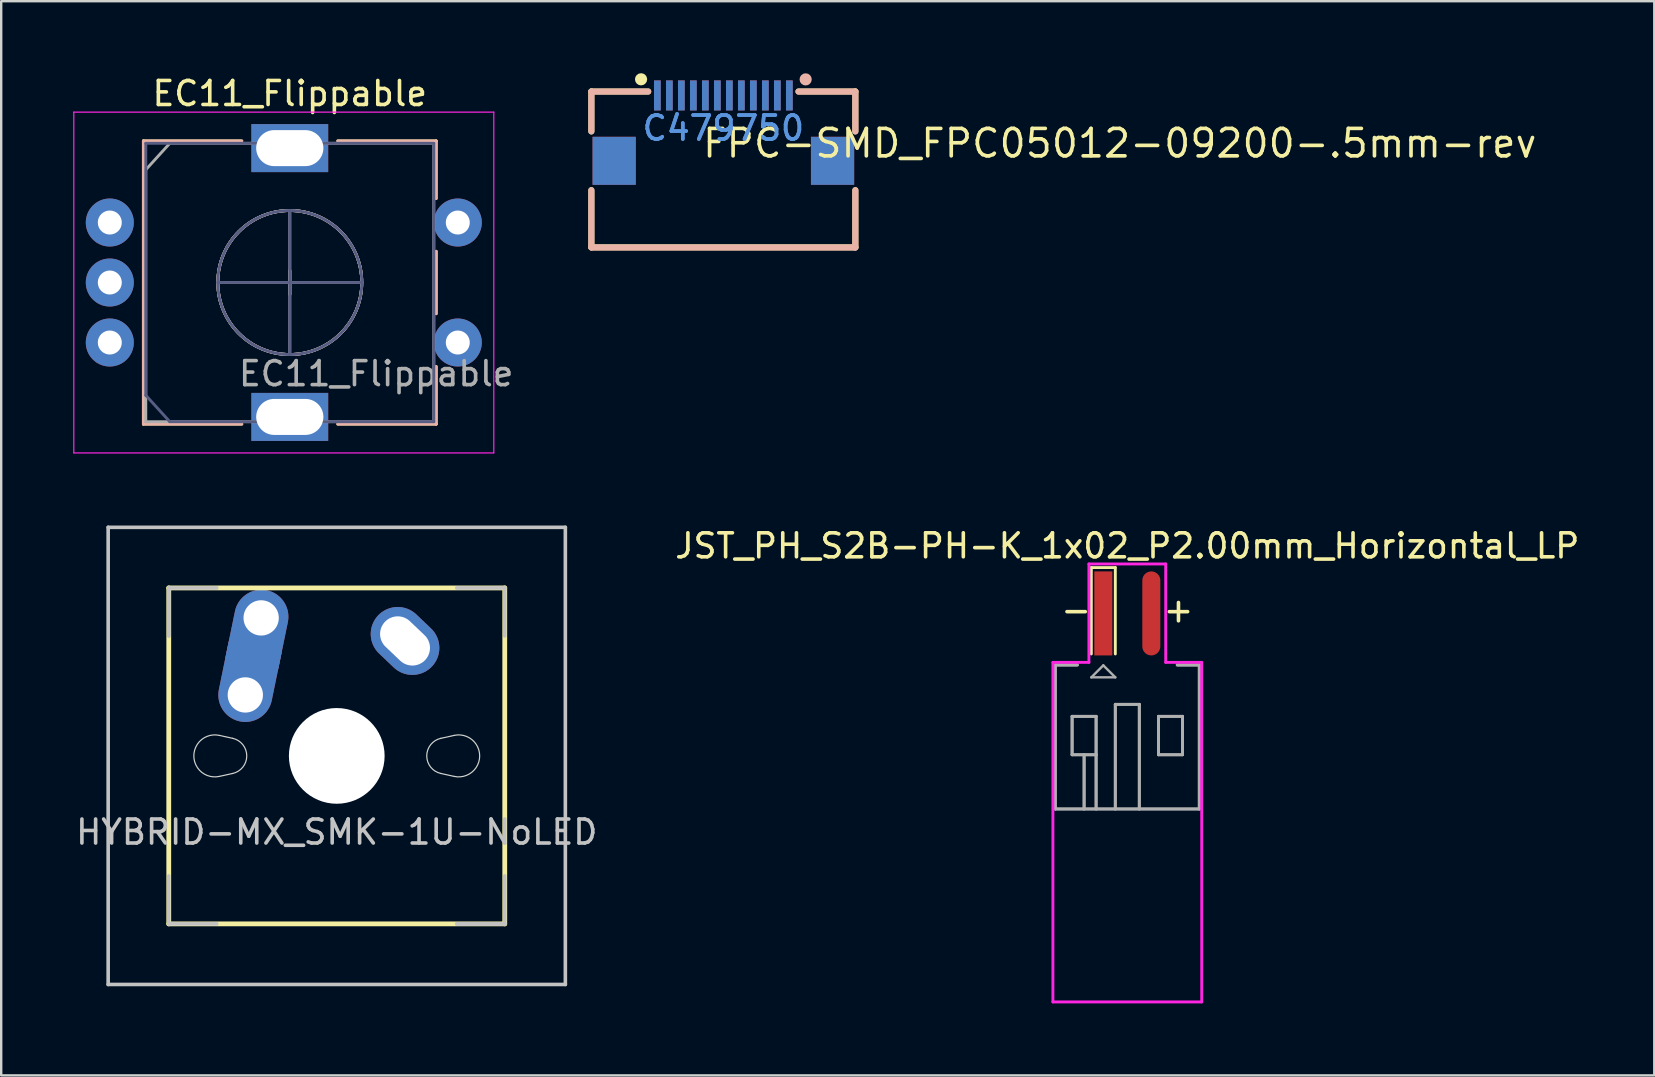
<source format=kicad_pcb>
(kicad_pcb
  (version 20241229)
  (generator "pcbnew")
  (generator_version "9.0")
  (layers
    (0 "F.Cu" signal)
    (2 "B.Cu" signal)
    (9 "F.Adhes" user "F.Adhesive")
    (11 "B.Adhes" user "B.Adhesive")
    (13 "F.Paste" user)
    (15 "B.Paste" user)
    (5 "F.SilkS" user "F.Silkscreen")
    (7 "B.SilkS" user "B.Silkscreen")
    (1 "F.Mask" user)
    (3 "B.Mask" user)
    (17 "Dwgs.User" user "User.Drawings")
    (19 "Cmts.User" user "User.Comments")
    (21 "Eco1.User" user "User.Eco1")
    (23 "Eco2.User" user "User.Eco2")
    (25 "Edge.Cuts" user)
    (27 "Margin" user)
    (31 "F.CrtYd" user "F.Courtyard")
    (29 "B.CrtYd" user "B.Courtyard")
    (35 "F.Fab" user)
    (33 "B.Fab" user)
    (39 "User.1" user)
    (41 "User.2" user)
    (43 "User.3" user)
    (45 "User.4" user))
  (footprint "HYBRID-MX_SMK-1U-NoLED"
    (layer "F.Cu")
    (at 10.982 28.447)
    (property "Reference" "HYBRID-MX_SMK-1U-NoLED" (at 0 3.175 0) (layer "Dwgs.User") (effects (font (size 1 1) (thickness 0.15))))
    (attr through_hole)
    (fp_line (start -7 -7) (end -7 7) (stroke (width 0.2) (type solid)) (layer "F.SilkS"))
    (fp_line (start -7 -7) (end 7 -7) (stroke (width 0.2) (type solid)) (layer "F.SilkS"))
    (fp_line (start -7 7) (end 7 7) (stroke (width 0.2) (type solid)) (layer "F.SilkS"))
    (fp_line (start 7 -7) (end 7 7) (stroke (width 0.2) (type solid)) (layer "F.SilkS"))
    (fp_line (start -9.525 -9.525) (end 9.525 -9.525) (stroke (width 0.15) (type solid)) (layer "Dwgs.User"))
    (fp_line (start -9.525 9.525) (end -9.525 -9.525) (stroke (width 0.15) (type solid)) (layer "Dwgs.User"))
    (fp_line (start -7 -7) (end -7 -5) (stroke (width 0.15) (type solid)) (layer "Dwgs.User"))
    (fp_line (start -7 -7) (end -7 -5) (stroke (width 0.15) (type solid)) (layer "Dwgs.User"))
    (fp_line (start -7 5) (end -7 7) (stroke (width 0.15) (type solid)) (layer "Dwgs.User"))
    (fp_line (start -7 7) (end -5 7) (stroke (width 0.15) (type solid)) (layer "Dwgs.User"))
    (fp_line (start -5 -7) (end -7 -7) (stroke (width 0.15) (type solid)) (layer "Dwgs.User"))
    (fp_line (start 5 -7) (end 7 -7) (stroke (width 0.15) (type solid)) (layer "Dwgs.User"))
    (fp_line (start 5 7) (end 7 7) (stroke (width 0.15) (type solid)) (layer "Dwgs.User"))
    (fp_line (start 5 7) (end 7 7) (stroke (width 0.15) (type solid)) (layer "Dwgs.User"))
    (fp_line (start 7 -7) (end 7 -5) (stroke (width 0.15) (type solid)) (layer "Dwgs.User"))
    (fp_line (start 7 7) (end 7 5) (stroke (width 0.15) (type solid)) (layer "Dwgs.User"))
    (fp_line (start 9.525 -9.525) (end 9.525 9.525) (stroke (width 0.15) (type solid)) (layer "Dwgs.User"))
    (fp_line (start 9.525 9.525) (end -9.525 9.525) (stroke (width 0.15) (type solid)) (layer "Dwgs.User"))
    (fp_line (start -4.891 -0.854) (end -4.338 -0.732) (stroke (width 0.05) (type solid)) (layer "Edge.Cuts"))
    (fp_line (start -4.891 0.854) (end -4.338 0.732) (stroke (width 0.05) (type solid)) (layer "Edge.Cuts"))
    (fp_line (start 4.891 -0.854) (end 4.338 -0.732) (stroke (width 0.05) (type solid)) (layer "Edge.Cuts"))
    (fp_line (start 4.891 0.854) (end 4.338 0.732) (stroke (width 0.05) (type solid)) (layer "Edge.Cuts"))
    (fp_arc (start -4.891423 0.854437) (mid -5.954999 0) (end -4.891422 -0.854437) (stroke (width 0.05) (type solid)) (layer "Edge.Cuts"))
    (fp_arc (start -4.338362 -0.732376) (mid -3.749999 0) (end -4.338362 0.732376) (stroke (width 0.05) (type solid)) (layer "Edge.Cuts"))
    (fp_arc (start 4.338362 0.732376) (mid 3.749999 0) (end 4.338362 -0.732376) (stroke (width 0.05) (type solid)) (layer "Edge.Cuts"))
    (fp_arc (start 4.891423 -0.854437) (mid 5.954999 0) (end 4.891422 0.854437) (stroke (width 0.05) (type solid)) (layer "Edge.Cuts"))
    (pad "" np_thru_hole circle (at 0 0) (size 3.988 3.988) (drill 3.988) (layers "*.Cu" "*.Mask"))
    (pad "1" thru_hole oval (at -3.81 -2.54 78.4) (size 4.212 2.25) (drill 1.47 (offset 0.981 0)) (layers "*.Cu" "B.Mask"))
    (pad "1" thru_hole oval (at -3.15 -5.75 258.4) (size 4.15 2.25) (drill 1.47 (offset 0.9 0)) (layers "*.Cu" "B.Mask"))
    (pad "2" thru_hole oval (at 2.845 -4.79 46.4) (size 2.25 3.092) (drill oval 1.47 2.312) (layers "*.Cu" "B.Mask")))
  (footprint "FPC-SMD_FPC05012-09200-.5mm-rev"
    (layer "F.Cu")
    (at 27.091 2.286)
    (property "Reference" "FPC-SMD_FPC05012-09200-.5mm-rev" (at -0.946 0.636 0) (layer "F.SilkS") (effects (font (size 1.143 1.143) (thickness 0.152)) (justify left)))
    (attr smd)
    (fp_line (start -5.5 -1.524) (end -3.131 -1.524) (stroke (width 0.254) (type solid)) (layer "F.SilkS"))
    (fp_line (start -5.5 0.137) (end -5.5 -1.524) (stroke (width 0.254) (type solid)) (layer "F.SilkS"))
    (fp_line (start -5.5 4.971) (end -5.5 2.588) (stroke (width 0.254) (type solid)) (layer "F.SilkS"))
    (fp_line (start 5.5 -1.524) (end 3.131 -1.524) (stroke (width 0.254) (type solid)) (layer "F.SilkS"))
    (fp_line (start 5.5 0.137) (end 5.5 -1.524) (stroke (width 0.254) (type solid)) (layer "F.SilkS"))
    (fp_line (start 5.5 4.971) (end -5.5 4.971) (stroke (width 0.254) (type solid)) (layer "F.SilkS"))
    (fp_line (start 5.5 4.971) (end 5.5 2.588) (stroke (width 0.254) (type solid)) (layer "F.SilkS"))
    (fp_circle (center -3.429 -2.032) (end -3.302 -2.032) (stroke (width 0.254) (type solid)) (fill no) (layer "F.SilkS"))
    (fp_line (start -5.5 -1.52) (end -3.131 -1.52) (stroke (width 0.254) (type solid)) (layer "B.SilkS"))
    (fp_line (start -5.5 0.141) (end -5.5 -1.52) (stroke (width 0.254) (type solid)) (layer "B.SilkS"))
    (fp_line (start -5.5 4.975) (end -5.5 2.592) (stroke (width 0.254) (type solid)) (layer "B.SilkS"))
    (fp_line (start -5.5 4.975) (end 5.5 4.975) (stroke (width 0.254) (type solid)) (layer "B.SilkS"))
    (fp_line (start 5.5 -1.52) (end 3.131 -1.52) (stroke (width 0.254) (type solid)) (layer "B.SilkS"))
    (fp_line (start 5.5 0.141) (end 5.5 -1.52) (stroke (width 0.254) (type solid)) (layer "B.SilkS"))
    (fp_line (start 5.5 4.975) (end 5.5 2.592) (stroke (width 0.254) (type solid)) (layer "B.SilkS"))
    (fp_circle (center 3.429 -2.028) (end 3.302 -2.028) (stroke (width 0.254) (type solid)) (fill no) (layer "B.SilkS"))
    (fp_text user "C479750" (at 0 0 0) (layer "Cmts.User") (effects (font (size 1 1) (thickness 0.15))))
    (fp_text user "C479750" (at 0 0.004 0) (layer "Cmts.User") (effects (font (size 1 1) (thickness 0.15))))
    (pad "1" smd rect (at -2.75 -1.362) (size 0.28 1.25) (layers "F.Cu" "F.Mask" "F.Paste"))
    (pad "1" smd rect (at 2.75 -1.358) (size 0.28 1.25) (layers "B.Cu" "B.Mask" "B.Paste"))
    (pad "2" smd rect (at -2.25 -1.362) (size 0.28 1.25) (layers "F.Cu" "F.Mask" "F.Paste"))
    (pad "2" smd rect (at 2.25 -1.358) (size 0.28 1.25) (layers "B.Cu" "B.Mask" "B.Paste"))
    (pad "3" smd rect (at -1.75 -1.362) (size 0.28 1.25) (layers "F.Cu" "F.Mask" "F.Paste"))
    (pad "3" smd rect (at 1.75 -1.358) (size 0.28 1.25) (layers "B.Cu" "B.Mask" "B.Paste"))
    (pad "4" smd rect (at -1.25 -1.362) (size 0.28 1.25) (layers "F.Cu" "F.Mask" "F.Paste"))
    (pad "4" smd rect (at 1.25 -1.358) (size 0.28 1.25) (layers "B.Cu" "B.Mask" "B.Paste"))
    (pad "5" smd rect (at -0.75 -1.362) (size 0.28 1.25) (layers "F.Cu" "F.Mask" "F.Paste"))
    (pad "5" smd rect (at 0.75 -1.358) (size 0.28 1.25) (layers "B.Cu" "B.Mask" "B.Paste"))
    (pad "6" smd rect (at -0.25 -1.362) (size 0.28 1.25) (layers "F.Cu" "F.Mask" "F.Paste"))
    (pad "6" smd rect (at 0.25 -1.358) (size 0.28 1.25) (layers "B.Cu" "B.Mask" "B.Paste"))
    (pad "7" smd rect (at -0.25 -1.358) (size 0.28 1.25) (layers "B.Cu" "B.Mask" "B.Paste"))
    (pad "7" smd rect (at 0.25 -1.362) (size 0.28 1.25) (layers "F.Cu" "F.Mask" "F.Paste"))
    (pad "8" smd rect (at -0.75 -1.358) (size 0.28 1.25) (layers "B.Cu" "B.Mask" "B.Paste"))
    (pad "8" smd rect (at 0.75 -1.362) (size 0.28 1.25) (layers "F.Cu" "F.Mask" "F.Paste"))
    (pad "9" smd rect (at -1.25 -1.358) (size 0.28 1.25) (layers "B.Cu" "B.Mask" "B.Paste"))
    (pad "9" smd rect (at 1.25 -1.362) (size 0.28 1.25) (layers "F.Cu" "F.Mask" "F.Paste"))
    (pad "10" smd rect (at -1.75 -1.358) (size 0.28 1.25) (layers "B.Cu" "B.Mask" "B.Paste"))
    (pad "10" smd rect (at 1.75 -1.362) (size 0.28 1.25) (layers "F.Cu" "F.Mask" "F.Paste"))
    (pad "11" smd rect (at -2.25 -1.358) (size 0.28 1.25) (layers "B.Cu" "B.Mask" "B.Paste"))
    (pad "11" smd rect (at 2.25 -1.362) (size 0.28 1.25) (layers "F.Cu" "F.Mask" "F.Paste"))
    (pad "12" smd rect (at -2.75 -1.358) (size 0.28 1.25) (layers "B.Cu" "B.Mask" "B.Paste"))
    (pad "12" smd rect (at 2.75 -1.362) (size 0.28 1.25) (layers "F.Cu" "F.Mask" "F.Paste"))
    (pad "13" smd rect (at -4.55 1.366) (size 1.8 2) (layers "B.Cu" "B.Mask" "B.Paste"))
    (pad "13" smd rect (at 4.55 1.362) (size 1.8 2) (layers "F.Cu" "F.Mask" "F.Paste"))
    (pad "14" smd rect (at -4.55 1.362) (size 1.8 2) (layers "F.Cu" "F.Mask" "F.Paste"))
    (pad "14" smd rect (at 4.55 1.366) (size 1.8 2) (layers "B.Cu" "B.Mask" "B.Paste")))
  (footprint "EC11_Flippable"
    (layer "F.Cu")
    (at 9.025 8.722)
    (property "Reference" "EC11_Flippable" (at 0 -7.874 0) (layer "F.SilkS") (effects (font (size 1 1) (thickness 0.15))))
    (attr through_hole)
    (fp_line (start -6.1 -5.9) (end -6.1 5.9) (stroke (width 0.12) (type solid)) (layer "F.SilkS"))
    (fp_line (start -2 -5.9) (end -6.1 -5.9) (stroke (width 0.12) (type solid)) (layer "F.SilkS"))
    (fp_line (start -2 5.9) (end -6.1 5.9) (stroke (width 0.12) (type solid)) (layer "F.SilkS"))
    (fp_line (start -0.5 0) (end 0.5 0) (stroke (width 0.12) (type solid)) (layer "F.SilkS"))
    (fp_line (start 0 -0.5) (end 0 0.5) (stroke (width 0.12) (type solid)) (layer "F.SilkS"))
    (fp_line (start 2 -5.9) (end 6.1 -5.9) (stroke (width 0.12) (type solid)) (layer "F.SilkS"))
    (fp_line (start 6.1 -5.9) (end 6.1 -3.5) (stroke (width 0.12) (type solid)) (layer "F.SilkS"))
    (fp_line (start 6.1 -1.3) (end 6.1 1.3) (stroke (width 0.12) (type solid)) (layer "F.SilkS"))
    (fp_line (start 6.1 3.5) (end 6.1 5.9) (stroke (width 0.12) (type solid)) (layer "F.SilkS"))
    (fp_line (start 6.1 5.9) (end 2 5.9) (stroke (width 0.12) (type solid)) (layer "F.SilkS"))
    (fp_circle (center 0 0) (end 3 0) (stroke (width 0.12) (type solid)) (fill no) (layer "F.SilkS"))
    (fp_line (start -6.1 5.9) (end -6.1 -5.9) (stroke (width 0.12) (type solid)) (layer "B.SilkS"))
    (fp_line (start -2 -5.9) (end -6.1 -5.9) (stroke (width 0.12) (type solid)) (layer "B.SilkS"))
    (fp_line (start -2 5.9) (end -6.1 5.9) (stroke (width 0.12) (type solid)) (layer "B.SilkS"))
    (fp_line (start -0.5 0) (end 0.5 0) (stroke (width 0.12) (type solid)) (layer "B.SilkS"))
    (fp_line (start 0 0.5) (end 0 -0.5) (stroke (width 0.12) (type solid)) (layer "B.SilkS"))
    (fp_line (start 2 5.9) (end 6.1 5.9) (stroke (width 0.12) (type solid)) (layer "B.SilkS"))
    (fp_line (start 6.1 -5.9) (end 2 -5.9) (stroke (width 0.12) (type solid)) (layer "B.SilkS"))
    (fp_line (start 6.1 -3.5) (end 6.1 -5.9) (stroke (width 0.12) (type solid)) (layer "B.SilkS"))
    (fp_line (start 6.1 1.3) (end 6.1 -1.3) (stroke (width 0.12) (type solid)) (layer "B.SilkS"))
    (fp_line (start 6.1 5.9) (end 6.1 3.5) (stroke (width 0.12) (type solid)) (layer "B.SilkS"))
    (fp_circle (center 0 0) (end 3 0) (stroke (width 0.12) (type solid)) (fill no) (layer "B.SilkS"))
    (fp_line (start -9 -7.1) (end -9 7.1) (stroke (width 0.05) (type solid)) (layer "F.CrtYd"))
    (fp_line (start -9 -7.1) (end 8.5 -7.1) (stroke (width 0.05) (type solid)) (layer "F.CrtYd"))
    (fp_line (start 8.5 7.1) (end -9 7.1) (stroke (width 0.05) (type solid)) (layer "F.CrtYd"))
    (fp_line (start 8.5 7.1) (end 8.5 -7.1) (stroke (width 0.05) (type solid)) (layer "F.CrtYd"))
    (fp_line (start -6 -5.8) (end -6 4.7) (stroke (width 0.12) (type solid)) (layer "B.Fab"))
    (fp_line (start -6 4.7) (end -5 5.8) (stroke (width 0.12) (type solid)) (layer "B.Fab"))
    (fp_line (start -5 5.8) (end 6 5.8) (stroke (width 0.12) (type solid)) (layer "B.Fab"))
    (fp_line (start -3 0) (end 3 0) (stroke (width 0.12) (type solid)) (layer "B.Fab"))
    (fp_line (start 0 3) (end 0 -3) (stroke (width 0.12) (type solid)) (layer "B.Fab"))
    (fp_line (start 6 -5.8) (end -6 -5.8) (stroke (width 0.12) (type solid)) (layer "B.Fab"))
    (fp_line (start 6 5.8) (end 6 -5.8) (stroke (width 0.12) (type solid)) (layer "B.Fab"))
    (fp_circle (center 0 0) (end 3 0) (stroke (width 0.12) (type solid)) (fill no) (layer "B.Fab"))
    (fp_line (start -6 -4.7) (end -5 -5.8) (stroke (width 0.12) (type solid)) (layer "F.Fab"))
    (fp_line (start -6 5.8) (end -6 -4.7) (stroke (width 0.12) (type solid)) (layer "F.Fab"))
    (fp_line (start -5 -5.8) (end 6 -5.8) (stroke (width 0.12) (type solid)) (layer "F.Fab"))
    (fp_line (start -3 0) (end 3 0) (stroke (width 0.12) (type solid)) (layer "F.Fab"))
    (fp_line (start 0 -3) (end 0 3) (stroke (width 0.12) (type solid)) (layer "F.Fab"))
    (fp_line (start 6 -5.8) (end 6 5.8) (stroke (width 0.12) (type solid)) (layer "F.Fab"))
    (fp_line (start 6 5.8) (end -6 5.8) (stroke (width 0.12) (type solid)) (layer "F.Fab"))
    (fp_circle (center 0 0) (end 3 0) (stroke (width 0.12) (type solid)) (fill no) (layer "F.Fab"))
    (fp_text user "${REFERENCE}" (at 3.6 3.8 0) (layer "F.Fab") (effects (font (size 1 1) (thickness 0.15))))
    (pad "A" thru_hole circle (at -7.5 -2.5) (size 2 2) (drill 1) (layers "*.Cu" "*.Mask"))
    (pad "B" thru_hole circle (at -7.5 2.5) (size 2 2) (drill 1) (layers "*.Cu" "*.Mask"))
    (pad "C" thru_hole circle (at -7.5 0) (size 2 2) (drill 1) (layers "*.Cu" "*.Mask"))
    (pad "MP" thru_hole rect (at 0 -5.6) (size 3.2 2) (drill oval 2.8 1.5) (layers "*.Cu" "*.Mask"))
    (pad "MP" thru_hole rect (at 0 5.6) (size 3.2 2) (drill oval 2.8 1.5) (layers "*.Cu" "*.Mask"))
    (pad "S1" thru_hole circle (at 7 2.5) (size 2 2) (drill 1) (layers "*.Cu" "*.Mask"))
    (pad "S2" thru_hole circle (at 7 -2.5) (size 2 2) (drill 1) (layers "*.Cu" "*.Mask")))
  (footprint "JST_PH_S2B-PH-K_1x02_P2.00mm_Horizontal_LP"
    (layer "F.Cu")
    (at 43.923 26.299)
    (property "Reference" "JST_PH_S2B-PH-K_1x02_P2.00mm_Horizontal_LP" (at 0 -6.604 0) (layer "F.SilkS") (effects (font (size 1 1) (thickness 0.15))))
    (attr through_hole)
    (fp_line (start -1.5 -5.7) (end -1.5 -2.1) (stroke (width 0.12) (type solid)) (layer "F.SilkS"))
    (fp_line (start -1.5 -5.7) (end -0.5 -5.7) (stroke (width 0.12) (type solid)) (layer "F.SilkS"))
    (fp_line (start -0.5 -2.1) (end -0.5 -5.7) (stroke (width 0.12) (type solid)) (layer "F.SilkS"))
    (fp_line (start -3.1 -1.75) (end -1.6 -1.75) (stroke (width 0.12) (type solid)) (layer "F.CrtYd"))
    (fp_line (start -3.1 -1.74) (end -3.1 12.4) (stroke (width 0.12) (type solid)) (layer "F.CrtYd"))
    (fp_line (start -3.1 12.4) (end 3.1 12.4) (stroke (width 0.12) (type solid)) (layer "F.CrtYd"))
    (fp_line (start -1.6 -5.85) (end -1.6 -1.75) (stroke (width 0.12) (type solid)) (layer "F.CrtYd"))
    (fp_line (start -1.6 -5.85) (end 1.6 -5.85) (stroke (width 0.12) (type solid)) (layer "F.CrtYd"))
    (fp_line (start 1.6 -5.85) (end 1.6 -1.75) (stroke (width 0.12) (type solid)) (layer "F.CrtYd"))
    (fp_line (start 1.6 -1.75) (end 3.1 -1.75) (stroke (width 0.12) (type solid)) (layer "F.CrtYd"))
    (fp_line (start 3.1 -1.74) (end 3.1 12.4) (stroke (width 0.12) (type solid)) (layer "F.CrtYd"))
    (fp_line (start -3 -1.64) (end -3 4.36) (stroke (width 0.12) (type solid)) (layer "F.Fab"))
    (fp_line (start -3 -1.64) (end -3 4.36) (stroke (width 0.12) (type solid)) (layer "F.Fab"))
    (fp_line (start -3 -1.64) (end -2.08 -1.64) (stroke (width 0.12) (type solid)) (layer "F.Fab"))
    (fp_line (start -3 -1.64) (end -2.08 -1.64) (stroke (width 0.12) (type solid)) (layer "F.Fab"))
    (fp_line (start -3 4.36) (end 3 4.36) (stroke (width 0.12) (type solid)) (layer "F.Fab"))
    (fp_line (start -3 4.36) (end 3 4.36) (stroke (width 0.12) (type solid)) (layer "F.Fab"))
    (fp_line (start -2.3 0.5) (end -2.3 2.1) (stroke (width 0.12) (type solid)) (layer "F.Fab"))
    (fp_line (start -2.3 0.5) (end -2.3 2.1) (stroke (width 0.12) (type solid)) (layer "F.Fab"))
    (fp_line (start -2.3 2.1) (end -1.3 2.1) (stroke (width 0.12) (type solid)) (layer "F.Fab"))
    (fp_line (start -2.3 2.1) (end -1.3 2.1) (stroke (width 0.12) (type solid)) (layer "F.Fab"))
    (fp_line (start -1.8 2.1) (end -1.8 4.36) (stroke (width 0.12) (type solid)) (layer "F.Fab"))
    (fp_line (start -1.8 2.1) (end -1.8 4.36) (stroke (width 0.12) (type solid)) (layer "F.Fab"))
    (fp_line (start -1.5 -1.125) (end -0.5 -1.125) (stroke (width 0.1) (type solid)) (layer "F.Fab"))
    (fp_line (start -1.3 0.5) (end -2.3 0.5) (stroke (width 0.12) (type solid)) (layer "F.Fab"))
    (fp_line (start -1.3 0.5) (end -2.3 0.5) (stroke (width 0.12) (type solid)) (layer "F.Fab"))
    (fp_line (start -1.3 2.1) (end -1.3 0.5) (stroke (width 0.12) (type solid)) (layer "F.Fab"))
    (fp_line (start -1.3 2.1) (end -1.3 0.5) (stroke (width 0.12) (type solid)) (layer "F.Fab"))
    (fp_line (start -1.3 2.1) (end -1.3 4.36) (stroke (width 0.12) (type solid)) (layer "F.Fab"))
    (fp_line (start -1.3 2.1) (end -1.3 4.36) (stroke (width 0.12) (type solid)) (layer "F.Fab"))
    (fp_line (start -1 -1.625) (end -1.5 -1.125) (stroke (width 0.1) (type solid)) (layer "F.Fab"))
    (fp_line (start -0.5 -1.125) (end -1 -1.625) (stroke (width 0.1) (type solid)) (layer "F.Fab"))
    (fp_line (start -0.5 0) (end 0.5 0) (stroke (width 0.12) (type solid)) (layer "F.Fab"))
    (fp_line (start -0.5 0) (end 0.5 0) (stroke (width 0.12) (type solid)) (layer "F.Fab"))
    (fp_line (start -0.5 4.36) (end -0.5 0) (stroke (width 0.12) (type solid)) (layer "F.Fab"))
    (fp_line (start -0.5 4.36) (end -0.5 0) (stroke (width 0.12) (type solid)) (layer "F.Fab"))
    (fp_line (start 0.5 0) (end 0.5 4.36) (stroke (width 0.12) (type solid)) (layer "F.Fab"))
    (fp_line (start 0.5 0) (end 0.5 4.36) (stroke (width 0.12) (type solid)) (layer "F.Fab"))
    (fp_line (start 1.3 0.5) (end 2.3 0.5) (stroke (width 0.12) (type solid)) (layer "F.Fab"))
    (fp_line (start 1.3 0.5) (end 2.3 0.5) (stroke (width 0.12) (type solid)) (layer "F.Fab"))
    (fp_line (start 1.3 2.1) (end 1.3 0.5) (stroke (width 0.12) (type solid)) (layer "F.Fab"))
    (fp_line (start 1.3 2.1) (end 1.3 0.5) (stroke (width 0.12) (type solid)) (layer "F.Fab"))
    (fp_line (start 2.3 0.5) (end 2.3 2.1) (stroke (width 0.12) (type solid)) (layer "F.Fab"))
    (fp_line (start 2.3 0.5) (end 2.3 2.1) (stroke (width 0.12) (type solid)) (layer "F.Fab"))
    (fp_line (start 2.3 2.1) (end 1.3 2.1) (stroke (width 0.12) (type solid)) (layer "F.Fab"))
    (fp_line (start 2.3 2.1) (end 1.3 2.1) (stroke (width 0.12) (type solid)) (layer "F.Fab"))
    (fp_line (start 3 -1.64) (end 2.08 -1.64) (stroke (width 0.12) (type solid)) (layer "F.Fab"))
    (fp_line (start 3 -1.64) (end 2.08 -1.64) (stroke (width 0.12) (type solid)) (layer "F.Fab"))
    (fp_line (start 3 4.36) (end 3 -1.64) (stroke (width 0.12) (type solid)) (layer "F.Fab"))
    (fp_line (start 3 4.36) (end 3 -1.64) (stroke (width 0.12) (type solid)) (layer "F.Fab"))
    (fp_text user "+" (at 2.132 -3.937 0) (layer "F.SilkS") (effects (font (size 1 1) (thickness 0.15))))
    (fp_text user "-" (at -2.132 -3.937 0) (layer "F.SilkS") (effects (font (size 1 1) (thickness 0.15))))
    (pad "1" smd rect (at -1 -3.789) (size 0.75 3.5) (layers "F.Cu" "F.Mask" "F.Paste"))
    (pad "2" smd oval (at 1 -3.789) (size 0.75 3.5) (layers "F.Cu" "F.Mask" "F.Paste")))
  (gr_rect
    (start -3 -3)
    (end 65.881 41.76)
    (stroke (width 0.1) (type default))
    (fill no)
    (layer "Edge.Cuts")))
</source>
